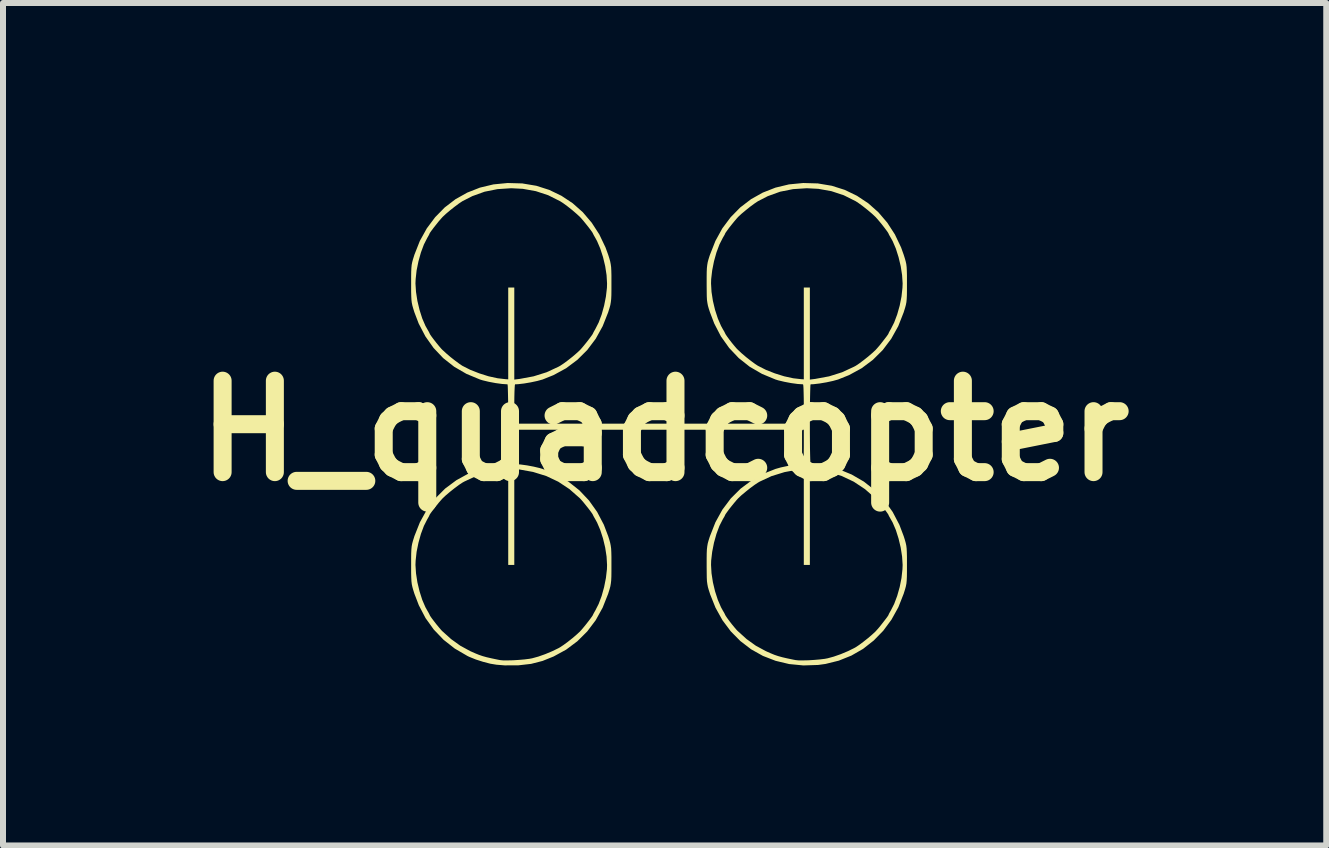
<source format=kicad_pcb>
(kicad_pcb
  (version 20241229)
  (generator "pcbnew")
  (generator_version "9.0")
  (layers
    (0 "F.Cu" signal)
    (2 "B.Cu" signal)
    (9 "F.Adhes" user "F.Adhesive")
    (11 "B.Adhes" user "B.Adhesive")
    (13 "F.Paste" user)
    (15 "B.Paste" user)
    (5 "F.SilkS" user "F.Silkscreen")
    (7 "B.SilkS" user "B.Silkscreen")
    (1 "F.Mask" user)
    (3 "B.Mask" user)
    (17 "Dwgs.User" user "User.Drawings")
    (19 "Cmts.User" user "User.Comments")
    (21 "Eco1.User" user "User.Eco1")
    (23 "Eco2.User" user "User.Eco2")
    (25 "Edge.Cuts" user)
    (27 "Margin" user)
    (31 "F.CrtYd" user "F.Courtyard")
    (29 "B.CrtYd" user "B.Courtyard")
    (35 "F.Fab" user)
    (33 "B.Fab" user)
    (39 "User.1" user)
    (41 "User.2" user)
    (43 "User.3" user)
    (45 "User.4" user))
  (footprint "H_quadcopter"
    (layer "F.Cu")
    (at 8.026 4.129)
    (property "Reference" "H_quadcopter" (at 0 0 0) (layer "F.SilkS") (effects (font (size 1.524 1.524) (thickness 0.3))))
    (attr board_only exclude_from_pos_files exclude_from_bom)
    (fp_poly (pts (xy 2.556 -4.122) (xy 2.559 -4.121) (xy 2.787 -4.083) (xy 3.004 -4.014) (xy 3.206 -3.916) (xy 3.393 -3.792) (xy 3.562 -3.642) (xy 3.711 -3.468) (xy 3.838 -3.272) (xy 3.941 -3.056) (xy 3.985 -2.933) (xy 4.004 -2.873) (xy 4.018 -2.823) (xy 4.028 -2.777) (xy 4.034 -2.727) (xy 4.037 -2.667) (xy 4.039 -2.589) (xy 4.039 -2.486) (xy 4.039 -2.454) (xy 4.039 -2.344) (xy 4.038 -2.26) (xy 4.035 -2.196) (xy 4.03 -2.144) (xy 4.021 -2.097) (xy 4.008 -2.049) (xy 3.99 -1.992) (xy 3.985 -1.975) (xy 3.894 -1.743) (xy 3.777 -1.533) (xy 3.636 -1.346) (xy 3.471 -1.182) (xy 3.284 -1.042) (xy 3.075 -0.928) (xy 2.891 -0.854) (xy 2.804 -0.83) (xy 2.697 -0.807) (xy 2.584 -0.788) (xy 2.482 -0.776) (xy 2.433 -0.774) (xy 2.43 -0.757) (xy 2.428 -0.711) (xy 2.426 -0.638) (xy 2.424 -0.543) (xy 2.422 -0.428) (xy 2.421 -0.297) (xy 2.421 -0.154) (xy 2.421 -0.109) (xy 2.421 0.036) (xy 2.422 0.171) (xy 2.423 0.291) (xy 2.425 0.393) (xy 2.427 0.473) (xy 2.43 0.528) (xy 2.432 0.553) (xy 2.433 0.555) (xy 2.524 0.562) (xy 2.633 0.577) (xy 2.745 0.598) (xy 2.845 0.622) (xy 2.891 0.636) (xy 3.117 0.729) (xy 3.322 0.848) (xy 3.505 0.993) (xy 3.665 1.161) (xy 3.801 1.353) (xy 3.913 1.567) (xy 3.985 1.757) (xy 4.004 1.817) (xy 4.018 1.867) (xy 4.028 1.913) (xy 4.034 1.963) (xy 4.037 2.023) (xy 4.039 2.102) (xy 4.039 2.204) (xy 4.039 2.236) (xy 4.039 2.346) (xy 4.038 2.43) (xy 4.035 2.494) (xy 4.03 2.546) (xy 4.021 2.593) (xy 4.008 2.641) (xy 3.99 2.698) (xy 3.985 2.715) (xy 3.896 2.941) (xy 3.781 3.148) (xy 3.644 3.333) (xy 3.485 3.496) (xy 3.308 3.635) (xy 3.113 3.747) (xy 2.904 3.831) (xy 2.682 3.886) (xy 2.559 3.903) (xy 2.313 3.911) (xy 2.076 3.888) (xy 1.85 3.834) (xy 1.638 3.752) (xy 1.442 3.642) (xy 1.263 3.505) (xy 1.103 3.343) (xy 0.964 3.157) (xy 0.848 2.948) (xy 0.756 2.718) (xy 0.756 2.715) (xy 0.736 2.654) (xy 0.722 2.605) (xy 0.713 2.558) (xy 0.706 2.508) (xy 0.703 2.448) (xy 0.702 2.37) (xy 0.701 2.267) (xy 0.701 2.236) (xy 0.774 2.236) (xy 0.782 2.375) (xy 0.805 2.525) (xy 0.841 2.676) (xy 0.887 2.818) (xy 0.94 2.941) (xy 0.97 2.996) (xy 0.994 3.036) (xy 1.007 3.063) (xy 1.009 3.067) (xy 1.019 3.086) (xy 1.045 3.124) (xy 1.081 3.173) (xy 1.123 3.227) (xy 1.165 3.278) (xy 1.201 3.32) (xy 1.218 3.337) (xy 1.367 3.472) (xy 1.52 3.582) (xy 1.686 3.672) (xy 1.767 3.708) (xy 1.83 3.734) (xy 1.892 3.755) (xy 1.96 3.774) (xy 2.042 3.793) (xy 2.147 3.815) (xy 2.185 3.822) (xy 2.235 3.827) (xy 2.309 3.827) (xy 2.399 3.825) (xy 2.494 3.819) (xy 2.587 3.811) (xy 2.669 3.801) (xy 2.717 3.792) (xy 2.819 3.764) (xy 2.936 3.723) (xy 3.053 3.674) (xy 3.157 3.623) (xy 3.186 3.607) (xy 3.243 3.569) (xy 3.314 3.516) (xy 3.391 3.455) (xy 3.462 3.394) (xy 3.514 3.346) (xy 3.542 3.315) (xy 3.581 3.27) (xy 3.623 3.217) (xy 3.665 3.163) (xy 3.701 3.116) (xy 3.725 3.082) (xy 3.732 3.068) (xy 3.74 3.049) (xy 3.76 3.013) (xy 3.77 2.996) (xy 3.826 2.886) (xy 3.876 2.753) (xy 3.918 2.605) (xy 3.948 2.454) (xy 3.964 2.308) (xy 3.967 2.236) (xy 3.958 2.096) (xy 3.935 1.947) (xy 3.899 1.796) (xy 3.854 1.654) (xy 3.801 1.53) (xy 3.77 1.475) (xy 3.747 1.435) (xy 3.733 1.408) (xy 3.732 1.403) (xy 3.722 1.386) (xy 3.696 1.349) (xy 3.659 1.3) (xy 3.617 1.246) (xy 3.574 1.194) (xy 3.537 1.151) (xy 3.514 1.126) (xy 3.34 0.973) (xy 3.153 0.849) (xy 2.952 0.754) (xy 2.733 0.686) (xy 2.509 0.646) (xy 2.421 0.634) (xy 2.421 2.236) (xy 2.32 2.236) (xy 2.32 0.634) (xy 2.232 0.646) (xy 1.999 0.689) (xy 1.782 0.756) (xy 1.586 0.847) (xy 1.555 0.865) (xy 1.498 0.903) (xy 1.426 0.956) (xy 1.35 1.017) (xy 1.278 1.077) (xy 1.226 1.126) (xy 1.198 1.157) (xy 1.16 1.202) (xy 1.117 1.255) (xy 1.075 1.308) (xy 1.04 1.356) (xy 1.016 1.39) (xy 1.009 1.403) (xy 1.001 1.422) (xy 0.98 1.458) (xy 0.97 1.475) (xy 0.914 1.585) (xy 0.864 1.719) (xy 0.823 1.866) (xy 0.793 2.018) (xy 0.776 2.164) (xy 0.774 2.236) (xy 0.701 2.236) (xy 0.701 2.125) (xy 0.702 2.042) (xy 0.705 1.977) (xy 0.711 1.925) (xy 0.719 1.879) (xy 0.732 1.831) (xy 0.75 1.774) (xy 0.756 1.757) (xy 0.847 1.525) (xy 0.963 1.315) (xy 1.104 1.127) (xy 1.269 0.963) (xy 1.456 0.824) (xy 1.665 0.709) (xy 1.849 0.636) (xy 1.937 0.611) (xy 2.044 0.588) (xy 2.156 0.569) (xy 2.259 0.558) (xy 2.307 0.555) (xy 2.311 0.539) (xy 2.315 0.495) (xy 2.318 0.428) (xy 2.319 0.344) (xy 2.32 0.269) (xy 2.32 -0.017) (xy -2.505 -0.017) (xy -2.505 0.269) (xy -2.504 0.363) (xy -2.502 0.444) (xy -2.499 0.506) (xy -2.495 0.545) (xy -2.492 0.555) (xy -2.401 0.562) (xy -2.292 0.577) (xy -2.181 0.598) (xy -2.08 0.622) (xy -2.034 0.636) (xy -1.808 0.729) (xy -1.603 0.848) (xy -1.42 0.993) (xy -1.261 1.161) (xy -1.124 1.353) (xy -1.012 1.567) (xy -0.94 1.757) (xy -0.921 1.817) (xy -0.907 1.867) (xy -0.898 1.913) (xy -0.891 1.963) (xy -0.888 2.023) (xy -0.886 2.102) (xy -0.886 2.204) (xy -0.886 2.236) (xy -0.886 2.346) (xy -0.887 2.43) (xy -0.89 2.494) (xy -0.896 2.546) (xy -0.904 2.593) (xy -0.917 2.641) (xy -0.935 2.698) (xy -0.94 2.715) (xy -1.032 2.947) (xy -1.148 3.157) (xy -1.289 3.344) (xy -1.454 3.508) (xy -1.641 3.648) (xy -1.85 3.762) (xy -2.034 3.836) (xy -2.225 3.885) (xy -2.436 3.909) (xy -2.665 3.91) (xy -2.802 3.899) (xy -2.905 3.882) (xy -3.024 3.851) (xy -3.146 3.812) (xy -3.257 3.767) (xy -3.286 3.753) (xy -3.497 3.63) (xy -3.683 3.484) (xy -3.846 3.314) (xy -3.984 3.122) (xy -4.096 2.908) (xy -4.17 2.715) (xy -4.189 2.654) (xy -4.203 2.605) (xy -4.213 2.558) (xy -4.219 2.508) (xy -4.222 2.448) (xy -4.224 2.37) (xy -4.224 2.267) (xy -4.224 2.236) (xy -4.152 2.236) (xy -4.143 2.375) (xy -4.12 2.525) (xy -4.084 2.676) (xy -4.039 2.818) (xy -3.986 2.941) (xy -3.955 2.996) (xy -3.932 3.036) (xy -3.918 3.063) (xy -3.917 3.067) (xy -3.907 3.086) (xy -3.881 3.124) (xy -3.844 3.173) (xy -3.802 3.227) (xy -3.76 3.278) (xy -3.724 3.32) (xy -3.708 3.337) (xy -3.558 3.472) (xy -3.405 3.582) (xy -3.24 3.672) (xy -3.159 3.708) (xy -3.095 3.734) (xy -3.034 3.755) (xy -2.966 3.774) (xy -2.883 3.793) (xy -2.778 3.815) (xy -2.74 3.822) (xy -2.69 3.827) (xy -2.616 3.827) (xy -2.527 3.825) (xy -2.431 3.819) (xy -2.338 3.811) (xy -2.257 3.801) (xy -2.208 3.792) (xy -2.106 3.764) (xy -1.99 3.723) (xy -1.873 3.674) (xy -1.768 3.623) (xy -1.74 3.607) (xy -1.683 3.569) (xy -1.611 3.516) (xy -1.534 3.455) (xy -1.463 3.394) (xy -1.411 3.346) (xy -1.383 3.315) (xy -1.345 3.27) (xy -1.302 3.217) (xy -1.26 3.163) (xy -1.225 3.116) (xy -1.201 3.082) (xy -1.194 3.068) (xy -1.185 3.049) (xy -1.165 3.013) (xy -1.155 2.996) (xy -1.099 2.886) (xy -1.049 2.753) (xy -1.008 2.605) (xy -0.978 2.454) (xy -0.961 2.308) (xy -0.959 2.236) (xy -0.967 2.096) (xy -0.99 1.947) (xy -1.026 1.796) (xy -1.072 1.654) (xy -1.125 1.53) (xy -1.155 1.475) (xy -1.178 1.435) (xy -1.192 1.408) (xy -1.194 1.403) (xy -1.203 1.386) (xy -1.229 1.349) (xy -1.266 1.3) (xy -1.309 1.246) (xy -1.351 1.194) (xy -1.388 1.151) (xy -1.411 1.126) (xy -1.585 0.973) (xy -1.772 0.849) (xy -1.973 0.754) (xy -2.193 0.686) (xy -2.416 0.646) (xy -2.505 0.634) (xy -2.505 2.236) (xy -2.606 2.236) (xy -2.606 0.634) (xy -2.694 0.646) (xy -2.927 0.689) (xy -3.143 0.756) (xy -3.339 0.847) (xy -3.371 0.865) (xy -3.428 0.903) (xy -3.499 0.956) (xy -3.576 1.017) (xy -3.647 1.077) (xy -3.699 1.126) (xy -3.727 1.157) (xy -3.766 1.202) (xy -3.808 1.255) (xy -3.85 1.308) (xy -3.886 1.356) (xy -3.91 1.39) (xy -3.917 1.403) (xy -3.925 1.422) (xy -3.945 1.458) (xy -3.955 1.475) (xy -4.011 1.585) (xy -4.061 1.719) (xy -4.102 1.866) (xy -4.133 2.018) (xy -4.149 2.164) (xy -4.152 2.236) (xy -4.224 2.236) (xy -4.224 2.125) (xy -4.223 2.042) (xy -4.22 1.977) (xy -4.215 1.925) (xy -4.206 1.879) (xy -4.193 1.831) (xy -4.175 1.774) (xy -4.17 1.757) (xy -4.078 1.525) (xy -3.962 1.315) (xy -3.821 1.127) (xy -3.657 0.963) (xy -3.47 0.824) (xy -3.261 0.709) (xy -3.076 0.636) (xy -2.988 0.611) (xy -2.881 0.588) (xy -2.769 0.569) (xy -2.667 0.558) (xy -2.618 0.555) (xy -2.615 0.539) (xy -2.613 0.493) (xy -2.61 0.423) (xy -2.609 0.332) (xy -2.607 0.225) (xy -2.606 0.107) (xy -2.606 -0.019) (xy -2.606 -0.149) (xy -2.606 -0.276) (xy -2.607 -0.399) (xy -2.608 -0.511) (xy -2.61 -0.608) (xy -2.612 -0.687) (xy -2.614 -0.743) (xy -2.617 -0.771) (xy -2.618 -0.774) (xy -2.709 -0.78) (xy -2.818 -0.795) (xy -2.93 -0.816) (xy -3.03 -0.84) (xy -3.076 -0.854) (xy -3.302 -0.948) (xy -3.507 -1.067) (xy -3.69 -1.211) (xy -3.85 -1.38) (xy -3.986 -1.572) (xy -4.098 -1.786) (xy -4.17 -1.975) (xy -4.189 -2.036) (xy -4.203 -2.085) (xy -4.213 -2.132) (xy -4.219 -2.182) (xy -4.222 -2.242) (xy -4.224 -2.32) (xy -4.224 -2.423) (xy -4.224 -2.454) (xy -4.152 -2.454) (xy -4.143 -2.315) (xy -4.12 -2.165) (xy -4.084 -2.014) (xy -4.039 -1.872) (xy -3.986 -1.749) (xy -3.955 -1.694) (xy -3.932 -1.654) (xy -3.918 -1.627) (xy -3.917 -1.623) (xy -3.907 -1.604) (xy -3.881 -1.566) (xy -3.844 -1.517) (xy -3.802 -1.463) (xy -3.76 -1.412) (xy -3.724 -1.37) (xy -3.708 -1.353) (xy -3.643 -1.293) (xy -3.567 -1.228) (xy -3.488 -1.166) (xy -3.416 -1.113) (xy -3.371 -1.083) (xy -3.239 -1.016) (xy -3.089 -0.957) (xy -2.934 -0.908) (xy -2.783 -0.875) (xy -2.652 -0.86) (xy -2.606 -0.857) (xy -2.606 -2.387) (xy -2.505 -2.387) (xy -2.505 -0.853) (xy -2.416 -0.864) (xy -2.184 -0.907) (xy -1.967 -0.975) (xy -1.771 -1.066) (xy -1.74 -1.083) (xy -1.683 -1.121) (xy -1.611 -1.174) (xy -1.534 -1.235) (xy -1.463 -1.296) (xy -1.411 -1.344) (xy -1.383 -1.375) (xy -1.345 -1.42) (xy -1.302 -1.473) (xy -1.26 -1.527) (xy -1.225 -1.574) (xy -1.201 -1.608) (xy -1.194 -1.622) (xy -1.185 -1.641) (xy -1.165 -1.677) (xy -1.155 -1.694) (xy -1.099 -1.804) (xy -1.049 -1.937) (xy -1.008 -2.085) (xy -0.978 -2.236) (xy -0.961 -2.382) (xy -0.959 -2.454) (xy -0.967 -2.594) (xy -0.99 -2.743) (xy -1.026 -2.894) (xy -1.072 -3.036) (xy -1.125 -3.16) (xy -1.155 -3.215) (xy -1.178 -3.255) (xy -1.192 -3.282) (xy -1.194 -3.287) (xy -1.203 -3.304) (xy -1.229 -3.341) (xy -1.266 -3.39) (xy -1.309 -3.444) (xy -1.351 -3.496) (xy -1.388 -3.539) (xy -1.411 -3.564) (xy -1.47 -3.618) (xy -1.542 -3.68) (xy -1.618 -3.74) (xy -1.689 -3.792) (xy -1.74 -3.825) (xy -1.939 -3.925) (xy -2.145 -3.993) (xy -2.363 -4.032) (xy -2.555 -4.042) (xy -2.785 -4.027) (xy -3 -3.984) (xy -3.205 -3.91) (xy -3.371 -3.825) (xy -3.428 -3.787) (xy -3.499 -3.734) (xy -3.576 -3.673) (xy -3.647 -3.613) (xy -3.699 -3.564) (xy -3.727 -3.533) (xy -3.766 -3.488) (xy -3.808 -3.435) (xy -3.85 -3.382) (xy -3.886 -3.334) (xy -3.91 -3.3) (xy -3.917 -3.287) (xy -3.925 -3.268) (xy -3.945 -3.232) (xy -3.955 -3.215) (xy -4.011 -3.105) (xy -4.061 -2.971) (xy -4.102 -2.824) (xy -4.133 -2.672) (xy -4.149 -2.526) (xy -4.152 -2.454) (xy -4.224 -2.454) (xy -4.224 -2.565) (xy -4.223 -2.648) (xy -4.22 -2.713) (xy -4.215 -2.765) (xy -4.206 -2.811) (xy -4.193 -2.859) (xy -4.175 -2.916) (xy -4.17 -2.933) (xy -4.079 -3.164) (xy -3.963 -3.373) (xy -3.824 -3.559) (xy -3.664 -3.722) (xy -3.485 -3.859) (xy -3.289 -3.969) (xy -3.078 -4.052) (xy -2.852 -4.106) (xy -2.616 -4.129) (xy -2.369 -4.122) (xy -2.366 -4.121) (xy -2.138 -4.083) (xy -1.922 -4.014) (xy -1.719 -3.916) (xy -1.532 -3.792) (xy -1.363 -3.642) (xy -1.215 -3.468) (xy -1.088 -3.272) (xy -0.985 -3.056) (xy -0.94 -2.933) (xy -0.921 -2.873) (xy -0.907 -2.823) (xy -0.898 -2.777) (xy -0.891 -2.727) (xy -0.888 -2.667) (xy -0.886 -2.589) (xy -0.886 -2.486) (xy -0.886 -2.454) (xy -0.886 -2.344) (xy -0.887 -2.26) (xy -0.89 -2.196) (xy -0.896 -2.144) (xy -0.904 -2.097) (xy -0.917 -2.049) (xy -0.935 -1.992) (xy -0.94 -1.975) (xy -1.032 -1.743) (xy -1.148 -1.533) (xy -1.289 -1.346) (xy -1.454 -1.182) (xy -1.641 -1.042) (xy -1.85 -0.928) (xy -2.034 -0.854) (xy -2.122 -0.83) (xy -2.229 -0.807) (xy -2.341 -0.788) (xy -2.444 -0.776) (xy -2.492 -0.774) (xy -2.496 -0.758) (xy -2.499 -0.713) (xy -2.502 -0.645) (xy -2.504 -0.559) (xy -2.505 -0.459) (xy -2.505 -0.445) (xy -2.505 -0.118) (xy 2.32 -0.118) (xy 2.32 -0.445) (xy 2.319 -0.546) (xy 2.317 -0.635) (xy 2.315 -0.705) (xy 2.312 -0.753) (xy 2.308 -0.773) (xy 2.307 -0.774) (xy 2.216 -0.78) (xy 2.107 -0.795) (xy 1.996 -0.816) (xy 1.895 -0.84) (xy 1.849 -0.854) (xy 1.623 -0.948) (xy 1.418 -1.067) (xy 1.236 -1.211) (xy 1.076 -1.38) (xy 0.939 -1.572) (xy 0.828 -1.786) (xy 0.756 -1.975) (xy 0.736 -2.036) (xy 0.722 -2.085) (xy 0.713 -2.132) (xy 0.706 -2.182) (xy 0.703 -2.242) (xy 0.702 -2.32) (xy 0.701 -2.423) (xy 0.701 -2.454) (xy 0.774 -2.454) (xy 0.782 -2.315) (xy 0.805 -2.165) (xy 0.841 -2.014) (xy 0.887 -1.872) (xy 0.94 -1.749) (xy 0.97 -1.694) (xy 0.994 -1.654) (xy 1.007 -1.627) (xy 1.009 -1.623) (xy 1.019 -1.604) (xy 1.045 -1.566) (xy 1.081 -1.517) (xy 1.123 -1.463) (xy 1.165 -1.412) (xy 1.201 -1.37) (xy 1.218 -1.353) (xy 1.282 -1.293) (xy 1.358 -1.228) (xy 1.437 -1.166) (xy 1.509 -1.113) (xy 1.555 -1.083) (xy 1.687 -1.016) (xy 1.836 -0.957) (xy 1.992 -0.908) (xy 2.143 -0.875) (xy 2.274 -0.86) (xy 2.32 -0.857) (xy 2.32 -2.387) (xy 2.421 -2.387) (xy 2.421 -0.853) (xy 2.509 -0.864) (xy 2.742 -0.907) (xy 2.958 -0.975) (xy 3.154 -1.066) (xy 3.186 -1.083) (xy 3.243 -1.121) (xy 3.314 -1.174) (xy 3.391 -1.235) (xy 3.462 -1.296) (xy 3.514 -1.344) (xy 3.542 -1.375) (xy 3.581 -1.42) (xy 3.623 -1.473) (xy 3.665 -1.527) (xy 3.701 -1.574) (xy 3.725 -1.608) (xy 3.732 -1.622) (xy 3.74 -1.641) (xy 3.76 -1.677) (xy 3.77 -1.694) (xy 3.826 -1.804) (xy 3.876 -1.937) (xy 3.918 -2.085) (xy 3.948 -2.236) (xy 3.964 -2.382) (xy 3.967 -2.454) (xy 3.958 -2.594) (xy 3.935 -2.743) (xy 3.899 -2.894) (xy 3.854 -3.036) (xy 3.801 -3.16) (xy 3.77 -3.215) (xy 3.747 -3.255) (xy 3.733 -3.282) (xy 3.732 -3.287) (xy 3.722 -3.304) (xy 3.696 -3.341) (xy 3.659 -3.39) (xy 3.617 -3.444) (xy 3.574 -3.496) (xy 3.537 -3.539) (xy 3.514 -3.564) (xy 3.456 -3.618) (xy 3.383 -3.68) (xy 3.307 -3.74) (xy 3.236 -3.792) (xy 3.186 -3.825) (xy 2.986 -3.925) (xy 2.78 -3.993) (xy 2.562 -4.032) (xy 2.37 -4.042) (xy 2.141 -4.027) (xy 1.925 -3.984) (xy 1.72 -3.91) (xy 1.555 -3.825) (xy 1.498 -3.787) (xy 1.426 -3.734) (xy 1.35 -3.673) (xy 1.278 -3.613) (xy 1.226 -3.564) (xy 1.198 -3.533) (xy 1.16 -3.488) (xy 1.117 -3.435) (xy 1.075 -3.382) (xy 1.04 -3.334) (xy 1.016 -3.3) (xy 1.009 -3.287) (xy 1.001 -3.268) (xy 0.98 -3.232) (xy 0.97 -3.215) (xy 0.914 -3.105) (xy 0.864 -2.971) (xy 0.823 -2.824) (xy 0.793 -2.672) (xy 0.776 -2.526) (xy 0.774 -2.454) (xy 0.701 -2.454) (xy 0.701 -2.565) (xy 0.702 -2.648) (xy 0.705 -2.713) (xy 0.711 -2.765) (xy 0.719 -2.811) (xy 0.732 -2.859) (xy 0.75 -2.916) (xy 0.756 -2.933) (xy 0.847 -3.164) (xy 0.962 -3.373) (xy 1.101 -3.559) (xy 1.261 -3.722) (xy 1.44 -3.859) (xy 1.636 -3.969) (xy 1.848 -4.052) (xy 2.073 -4.106) (xy 2.31 -4.129)) (stroke (width 0) (type solid)) (fill yes) (layer "F.SilkS")))
  (gr_rect
    (start -3 -3)
    (end 19.053 11.04)
    (stroke (width 0.1) (type default))
    (fill no)
    (layer "Edge.Cuts")))
</source>
